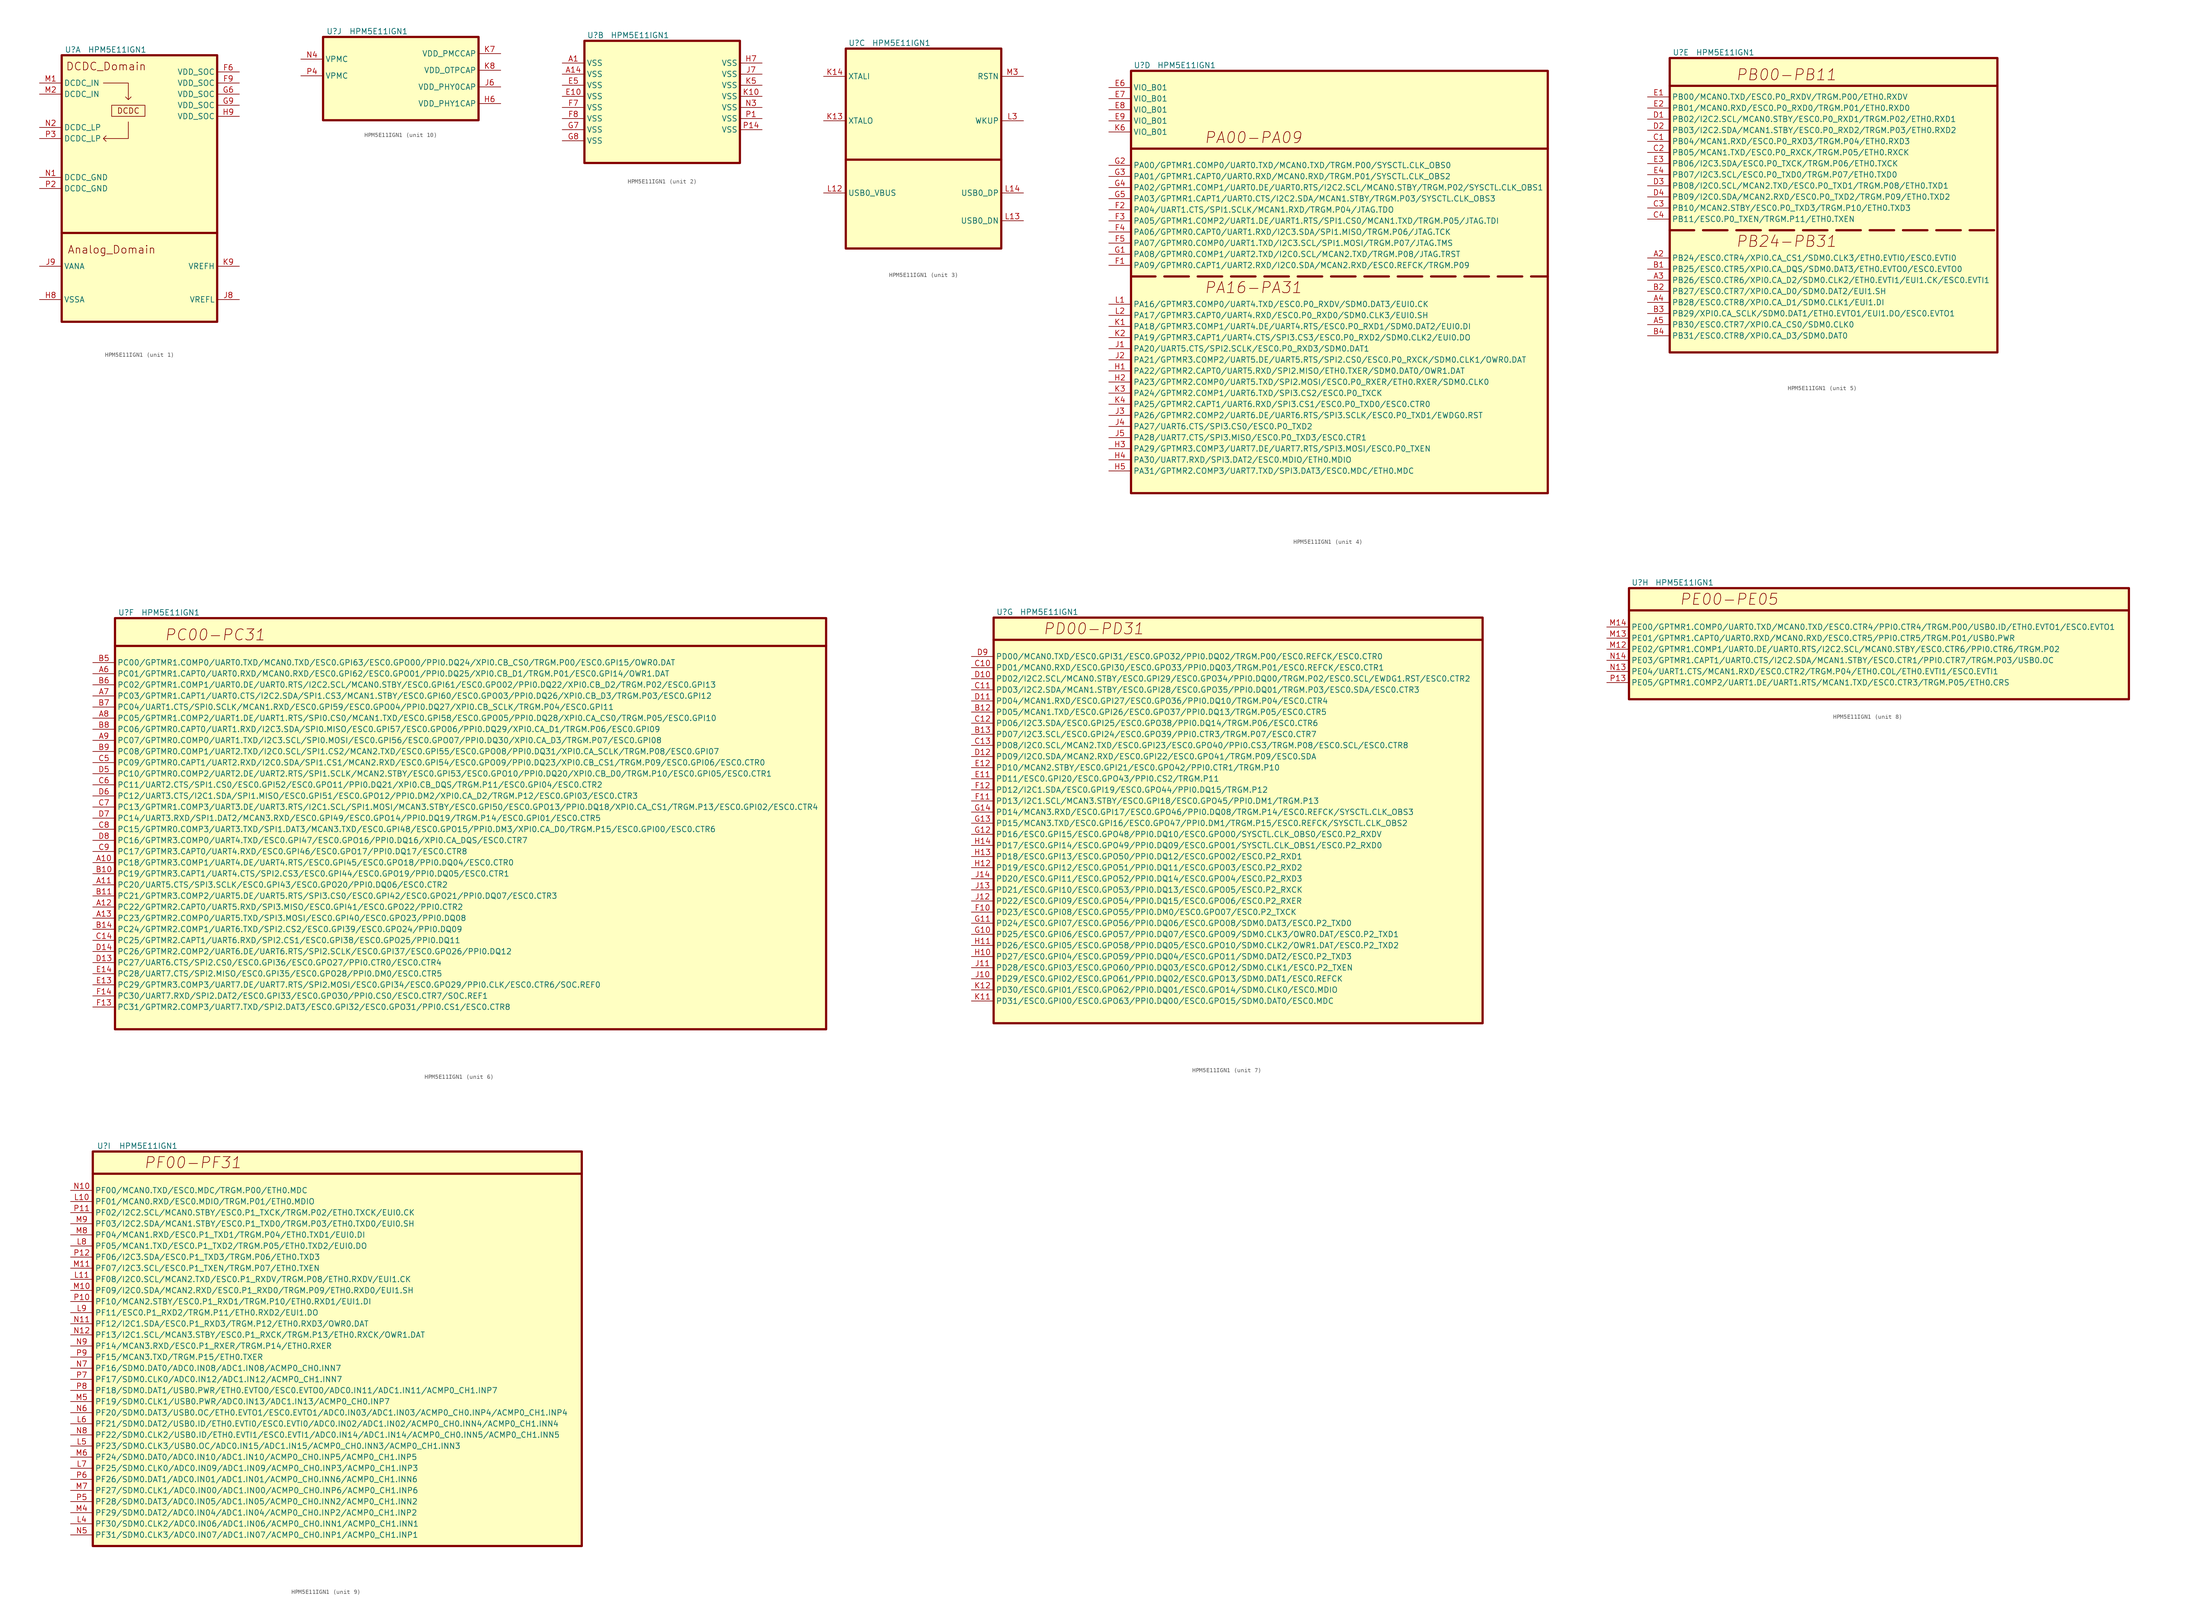
<source format=kicad_sym>
(kicad_symbol_lib
  (version 20241209)
  (generator "kicad_symbol_editor")
  (generator_version "9.0")
  (symbol "HPM5E11IGN1"
    (property "Reference" "U"
      (at 2.54 1.27 0)
      (effects (font (size 1.27 1.27))))
    (property "Value" "HPM5E11IGN1"
      (at 12.7 1.27 0)
      (effects (font (size 1.27 1.27))))
    (property "ki_locked" ""
      (at 0 0 0)
      (effects (font (size 1.27 1.27))))
    (symbol "HPM5E11IGN1_1_1"
      (rectangle (start 0 0) (end 35.56 -60.96) (stroke (width 0.508) (type default)) (fill (type background)))
      (polyline (pts (xy 0 -40.64) (xy 35.56 -40.64)) (stroke (width 0.508) (type default)) (fill (type none)))
      (polyline (pts (xy 9.525 -6.35) (xy 15.24 -6.35) (xy 15.24 -10.16) (xy 14.605 -9.525) (xy 15.24 -10.16) (xy 15.875 -9.525)) (stroke (width 0) (type default)) (fill (type none)))
      (rectangle (start 11.43 -11.43) (end 19.05 -13.97) (stroke (width 0) (type default)) (fill (type none)))
      (polyline (pts (xy 15.24 -15.24) (xy 15.24 -19.05) (xy 9.525 -19.05) (xy 10.16 -18.415) (xy 9.525 -19.05) (xy 10.16 -19.685)) (stroke (width 0) (type default)) (fill (type none)))
      (text "DCDC_Domain" (at 10.16 -2.54 0) (effects (font (size 1.778 1.778))))
      (text "Analog_Domain" (at 11.43 -44.45 0) (effects (font (size 1.778 1.778))))
      (text "DCDC" (at 15.24 -12.7 0) (effects (font (size 1.27 1.27))))
      (pin power_in line (at -5.08 -6.35 0) (length 5.08) (name "DCDC_IN" (effects (font (size 1.27 1.27)))) (number "M1" (effects (font (size 1.27 1.27)))))
      (pin power_in line (at -5.08 -8.89 0) (length 5.08) (name "DCDC_IN" (effects (font (size 1.27 1.27)))) (number "M2" (effects (font (size 1.27 1.27)))))
      (pin power_in line (at -5.08 -16.51 0) (length 5.08) (name "DCDC_LP" (effects (font (size 1.27 1.27)))) (number "N2" (effects (font (size 1.27 1.27)))))
      (pin power_in line (at -5.08 -19.05 0) (length 5.08) (name "DCDC_LP" (effects (font (size 1.27 1.27)))) (number "P3" (effects (font (size 1.27 1.27)))))
      (pin power_in line (at -5.08 -27.94 0) (length 5.08) (name "DCDC_GND" (effects (font (size 1.27 1.27)))) (number "N1" (effects (font (size 1.27 1.27)))))
      (pin power_in line (at -5.08 -30.48 0) (length 5.08) (name "DCDC_GND" (effects (font (size 1.27 1.27)))) (number "P2" (effects (font (size 1.27 1.27)))))
      (pin power_in line (at -5.08 -48.26 0) (length 5.08) (name "VANA" (effects (font (size 1.27 1.27)))) (number "J9" (effects (font (size 1.27 1.27)))))
      (pin power_in line (at -5.08 -55.88 0) (length 5.08) (name "VSSA" (effects (font (size 1.27 1.27)))) (number "H8" (effects (font (size 1.27 1.27)))))
      (pin power_in line (at 40.64 -3.81 180) (length 5.08) (name "VDD_SOC" (effects (font (size 1.27 1.27)))) (number "F6" (effects (font (size 1.27 1.27)))))
      (pin power_in line (at 40.64 -6.35 180) (length 5.08) (name "VDD_SOC" (effects (font (size 1.27 1.27)))) (number "F9" (effects (font (size 1.27 1.27)))))
      (pin power_in line (at 40.64 -8.89 180) (length 5.08) (name "VDD_SOC" (effects (font (size 1.27 1.27)))) (number "G6" (effects (font (size 1.27 1.27)))))
      (pin power_in line (at 40.64 -11.43 180) (length 5.08) (name "VDD_SOC" (effects (font (size 1.27 1.27)))) (number "G9" (effects (font (size 1.27 1.27)))))
      (pin power_in line (at 40.64 -13.97 180) (length 5.08) (name "VDD_SOC" (effects (font (size 1.27 1.27)))) (number "H9" (effects (font (size 1.27 1.27)))))
      (pin power_in line (at 40.64 -48.26 180) (length 5.08) (name "VREFH" (effects (font (size 1.27 1.27)))) (number "K9" (effects (font (size 1.27 1.27)))))
      (pin power_in line (at 40.64 -55.88 180) (length 5.08) (name "VREFL" (effects (font (size 1.27 1.27)))) (number "J8" (effects (font (size 1.27 1.27))))))
    (symbol "HPM5E11IGN1_2_1"
      (rectangle (start 0 0) (end 35.56 -27.94) (stroke (width 0.508) (type default)) (fill (type background)))
      (pin power_in line (at -5.08 -5.08 0) (length 5.08) (name "VSS" (effects (font (size 1.27 1.27)))) (number "A1" (effects (font (size 1.27 1.27)))))
      (pin power_in line (at -5.08 -7.62 0) (length 5.08) (name "VSS" (effects (font (size 1.27 1.27)))) (number "A14" (effects (font (size 1.27 1.27)))))
      (pin power_in line (at -5.08 -10.16 0) (length 5.08) (name "VSS" (effects (font (size 1.27 1.27)))) (number "E5" (effects (font (size 1.27 1.27)))))
      (pin power_in line (at -5.08 -12.7 0) (length 5.08) (name "VSS" (effects (font (size 1.27 1.27)))) (number "E10" (effects (font (size 1.27 1.27)))))
      (pin power_in line (at -5.08 -15.24 0) (length 5.08) (name "VSS" (effects (font (size 1.27 1.27)))) (number "F7" (effects (font (size 1.27 1.27)))))
      (pin power_in line (at -5.08 -17.78 0) (length 5.08) (name "VSS" (effects (font (size 1.27 1.27)))) (number "F8" (effects (font (size 1.27 1.27)))))
      (pin power_in line (at -5.08 -20.32 0) (length 5.08) (name "VSS" (effects (font (size 1.27 1.27)))) (number "G7" (effects (font (size 1.27 1.27)))))
      (pin power_in line (at -5.08 -22.86 0) (length 5.08) (name "VSS" (effects (font (size 1.27 1.27)))) (number "G8" (effects (font (size 1.27 1.27)))))
      (pin power_in line (at 40.64 -5.08 180) (length 5.08) (name "VSS" (effects (font (size 1.27 1.27)))) (number "H7" (effects (font (size 1.27 1.27)))))
      (pin power_in line (at 40.64 -7.62 180) (length 5.08) (name "VSS" (effects (font (size 1.27 1.27)))) (number "J7" (effects (font (size 1.27 1.27)))))
      (pin power_in line (at 40.64 -10.16 180) (length 5.08) (name "VSS" (effects (font (size 1.27 1.27)))) (number "K5" (effects (font (size 1.27 1.27)))))
      (pin power_in line (at 40.64 -12.7 180) (length 5.08) (name "VSS" (effects (font (size 1.27 1.27)))) (number "K10" (effects (font (size 1.27 1.27)))))
      (pin power_in line (at 40.64 -15.24 180) (length 5.08) (name "VSS" (effects (font (size 1.27 1.27)))) (number "N3" (effects (font (size 1.27 1.27)))))
      (pin power_in line (at 40.64 -17.78 180) (length 5.08) (name "VSS" (effects (font (size 1.27 1.27)))) (number "P1" (effects (font (size 1.27 1.27)))))
      (pin power_in line (at 40.64 -20.32 180) (length 5.08) (name "VSS" (effects (font (size 1.27 1.27)))) (number "P14" (effects (font (size 1.27 1.27))))))
    (symbol "HPM5E11IGN1_3_1"
      (rectangle (start 0 0) (end 35.56 -45.72) (stroke (width 0.508) (type default)) (fill (type background)))
      (polyline (pts (xy 0 -25.4) (xy 35.56 -25.4)) (stroke (width 0.508) (type default)) (fill (type none)))
      (pin input line (at -5.08 -6.35 0) (length 5.08) (name "XTALI" (effects (font (size 1.27 1.27)))) (number "K14" (effects (font (size 1.27 1.27)))))
      (pin input line (at -5.08 -16.51 0) (length 5.08) (name "XTALO" (effects (font (size 1.27 1.27)))) (number "K13" (effects (font (size 1.27 1.27)))))
      (pin input line (at -5.08 -33.02 0) (length 5.08) (name "USB0_VBUS" (effects (font (size 1.27 1.27)))) (number "L12" (effects (font (size 1.27 1.27)))))
      (pin input line (at 40.64 -6.35 180) (length 5.08) (name "RSTN" (effects (font (size 1.27 1.27)))) (number "M3" (effects (font (size 1.27 1.27)))))
      (pin input line (at 40.64 -16.51 180) (length 5.08) (name "WKUP" (effects (font (size 1.27 1.27)))) (number "L3" (effects (font (size 1.27 1.27)))))
      (pin input line (at 40.64 -33.02 180) (length 5.08) (name "USB0_DP" (effects (font (size 1.27 1.27)))) (number "L14" (effects (font (size 1.27 1.27)))))
      (pin input line (at 40.64 -39.37 180) (length 5.08) (name "USB0_DN" (effects (font (size 1.27 1.27)))) (number "L13" (effects (font (size 1.27 1.27))))))
    (symbol "HPM5E11IGN1_4_1"
      (rectangle (start 0 0) (end 95.25 -96.52) (stroke (width 0.508) (type default)) (fill (type background)))
      (polyline (pts (xy 0 -17.78) (xy 95.25 -17.78)) (stroke (width 0.508) (type default)) (fill (type none)))
      (polyline (pts (xy 0 -46.99) (xy 95.25 -46.99)) (stroke (width 0.508) (type dash)) (fill (type none)))
      (text "PA00-PA09" (at 27.94 -15.24 0) (effects (font (size 2.54 2.54) (italic yes))))
      (text "PA16-PA31" (at 27.94 -49.53 0) (effects (font (size 2.54 2.54) (italic yes))))
      (pin input line (at -5.08 -3.81 0) (length 5.08) (name "VIO_B01" (effects (font (size 1.27 1.27)))) (number "E6" (effects (font (size 1.27 1.27)))))
      (pin input line (at -5.08 -6.35 0) (length 5.08) (name "VIO_B01" (effects (font (size 1.27 1.27)))) (number "E7" (effects (font (size 1.27 1.27)))))
      (pin input line (at -5.08 -8.89 0) (length 5.08) (name "VIO_B01" (effects (font (size 1.27 1.27)))) (number "E8" (effects (font (size 1.27 1.27)))))
      (pin input line (at -5.08 -11.43 0) (length 5.08) (name "VIO_B01" (effects (font (size 1.27 1.27)))) (number "E9" (effects (font (size 1.27 1.27)))))
      (pin input line (at -5.08 -13.97 0) (length 5.08) (name "VIO_B01" (effects (font (size 1.27 1.27)))) (number "K6" (effects (font (size 1.27 1.27)))))
      (pin input line (at -5.08 -21.59 0) (length 5.08) (name "PA00/GPTMR1.COMP0/UART0.TXD/MCAN0.TXD/TRGM.P00/SYSCTL.CLK_OBS0" (effects (font (size 1.27 1.27)))) (number "G2" (effects (font (size 1.27 1.27)))))
      (pin input line (at -5.08 -24.13 0) (length 5.08) (name "PA01/GPTMR1.CAPT0/UART0.RXD/MCAN0.RXD/TRGM.P01/SYSCTL.CLK_OBS2" (effects (font (size 1.27 1.27)))) (number "G3" (effects (font (size 1.27 1.27)))))
      (pin input line (at -5.08 -26.67 0) (length 5.08) (name "PA02/GPTMR1.COMP1/UART0.DE/UART0.RTS/I2C2.SCL/MCAN0.STBY/TRGM.P02/SYSCTL.CLK_OBS1" (effects (font (size 1.27 1.27)))) (number "G4" (effects (font (size 1.27 1.27)))))
      (pin input line (at -5.08 -29.21 0) (length 5.08) (name "PA03/GPTMR1.CAPT1/UART0.CTS/I2C2.SDA/MCAN1.STBY/TRGM.P03/SYSCTL.CLK_OBS3" (effects (font (size 1.27 1.27)))) (number "G5" (effects (font (size 1.27 1.27)))))
      (pin input line (at -5.08 -31.75 0) (length 5.08) (name "PA04/UART1.CTS/SPI1.SCLK/MCAN1.RXD/TRGM.P04/JTAG.TDO" (effects (font (size 1.27 1.27)))) (number "F2" (effects (font (size 1.27 1.27)))))
      (pin input line (at -5.08 -34.29 0) (length 5.08) (name "PA05/GPTMR1.COMP2/UART1.DE/UART1.RTS/SPI1.CS0/MCAN1.TXD/TRGM.P05/JTAG.TDI" (effects (font (size 1.27 1.27)))) (number "F3" (effects (font (size 1.27 1.27)))))
      (pin input line (at -5.08 -36.83 0) (length 5.08) (name "PA06/GPTMR0.CAPT0/UART1.RXD/I2C3.SDA/SPI1.MISO/TRGM.P06/JTAG.TCK" (effects (font (size 1.27 1.27)))) (number "F4" (effects (font (size 1.27 1.27)))))
      (pin input line (at -5.08 -39.37 0) (length 5.08) (name "PA07/GPTMR0.COMP0/UART1.TXD/I2C3.SCL/SPI1.MOSI/TRGM.P07/JTAG.TMS" (effects (font (size 1.27 1.27)))) (number "F5" (effects (font (size 1.27 1.27)))))
      (pin input line (at -5.08 -41.91 0) (length 5.08) (name "PA08/GPTMR0.COMP1/UART2.TXD/I2C0.SCL/MCAN2.TXD/TRGM.P08/JTAG.TRST" (effects (font (size 1.27 1.27)))) (number "G1" (effects (font (size 1.27 1.27)))))
      (pin input line (at -5.08 -44.45 0) (length 5.08) (name "PA09/GPTMR0.CAPT1/UART2.RXD/I2C0.SDA/MCAN2.RXD/ESC0.REFCK/TRGM.P09" (effects (font (size 1.27 1.27)))) (number "F1" (effects (font (size 1.27 1.27)))))
      (pin input line (at -5.08 -53.34 0) (length 5.08) (name "PA16/GPTMR3.COMP0/UART4.TXD/ESC0.P0_RXDV/SDM0.DAT3/EUI0.CK" (effects (font (size 1.27 1.27)))) (number "L1" (effects (font (size 1.27 1.27)))))
      (pin input line (at -5.08 -55.88 0) (length 5.08) (name "PA17/GPTMR3.CAPT0/UART4.RXD/ESC0.P0_RXD0/SDM0.CLK3/EUI0.SH" (effects (font (size 1.27 1.27)))) (number "L2" (effects (font (size 1.27 1.27)))))
      (pin input line (at -5.08 -58.42 0) (length 5.08) (name "PA18/GPTMR3.COMP1/UART4.DE/UART4.RTS/ESC0.P0_RXD1/SDM0.DAT2/EUI0.DI" (effects (font (size 1.27 1.27)))) (number "K1" (effects (font (size 1.27 1.27)))))
      (pin input line (at -5.08 -60.96 0) (length 5.08) (name "PA19/GPTMR3.CAPT1/UART4.CTS/SPI3.CS3/ESC0.P0_RXD2/SDM0.CLK2/EUI0.DO" (effects (font (size 1.27 1.27)))) (number "K2" (effects (font (size 1.27 1.27)))))
      (pin input line (at -5.08 -63.5 0) (length 5.08) (name "PA20/UART5.CTS/SPI2.SCLK/ESC0.P0_RXD3/SDM0.DAT1" (effects (font (size 1.27 1.27)))) (number "J1" (effects (font (size 1.27 1.27)))))
      (pin input line (at -5.08 -66.04 0) (length 5.08) (name "PA21/GPTMR3.COMP2/UART5.DE/UART5.RTS/SPI2.CS0/ESC0.P0_RXCK/SDM0.CLK1/OWR0.DAT" (effects (font (size 1.27 1.27)))) (number "J2" (effects (font (size 1.27 1.27)))))
      (pin input line (at -5.08 -68.58 0) (length 5.08) (name "PA22/GPTMR2.CAPT0/UART5.RXD/SPI2.MISO/ETH0.TXER/SDM0.DAT0/OWR1.DAT" (effects (font (size 1.27 1.27)))) (number "H1" (effects (font (size 1.27 1.27)))))
      (pin input line (at -5.08 -71.12 0) (length 5.08) (name "PA23/GPTMR2.COMP0/UART5.TXD/SPI2.MOSI/ESC0.P0_RXER/ETH0.RXER/SDM0.CLK0" (effects (font (size 1.27 1.27)))) (number "H2" (effects (font (size 1.27 1.27)))))
      (pin input line (at -5.08 -73.66 0) (length 5.08) (name "PA24/GPTMR2.COMP1/UART6.TXD/SPI3.CS2/ESC0.P0_TXCK" (effects (font (size 1.27 1.27)))) (number "K3" (effects (font (size 1.27 1.27)))))
      (pin input line (at -5.08 -76.2 0) (length 5.08) (name "PA25/GPTMR2.CAPT1/UART6.RXD/SPI3.CS1/ESC0.P0_TXD0/ESC0.CTR0" (effects (font (size 1.27 1.27)))) (number "K4" (effects (font (size 1.27 1.27)))))
      (pin input line (at -5.08 -78.74 0) (length 5.08) (name "PA26/GPTMR2.COMP2/UART6.DE/UART6.RTS/SPI3.SCLK/ESC0.P0_TXD1/EWDG0.RST" (effects (font (size 1.27 1.27)))) (number "J3" (effects (font (size 1.27 1.27)))))
      (pin input line (at -5.08 -81.28 0) (length 5.08) (name "PA27/UART6.CTS/SPI3.CS0/ESC0.P0_TXD2" (effects (font (size 1.27 1.27)))) (number "J4" (effects (font (size 1.27 1.27)))))
      (pin input line (at -5.08 -83.82 0) (length 5.08) (name "PA28/UART7.CTS/SPI3.MISO/ESC0.P0_TXD3/ESC0.CTR1" (effects (font (size 1.27 1.27)))) (number "J5" (effects (font (size 1.27 1.27)))))
      (pin input line (at -5.08 -86.36 0) (length 5.08) (name "PA29/GPTMR3.COMP3/UART7.DE/UART7.RTS/SPI3.MOSI/ESC0.P0_TXEN" (effects (font (size 1.27 1.27)))) (number "H3" (effects (font (size 1.27 1.27)))))
      (pin input line (at -5.08 -88.9 0) (length 5.08) (name "PA30/UART7.RXD/SPI3.DAT2/ESC0.MDIO/ETH0.MDIO" (effects (font (size 1.27 1.27)))) (number "H4" (effects (font (size 1.27 1.27)))))
      (pin input line (at -5.08 -91.44 0) (length 5.08) (name "PA31/GPTMR2.COMP3/UART7.TXD/SPI3.DAT3/ESC0.MDC/ETH0.MDC" (effects (font (size 1.27 1.27)))) (number "H5" (effects (font (size 1.27 1.27))))))
    (symbol "HPM5E11IGN1_5_1"
      (rectangle (start 0 0) (end 74.93 -67.31) (stroke (width 0.508) (type default)) (fill (type background)))
      (polyline (pts (xy 0 -6.35) (xy 74.93 -6.35)) (stroke (width 0.508) (type solid)) (fill (type none)))
      (polyline (pts (xy 0 -39.37) (xy 74.93 -39.37)) (stroke (width 0.508) (type dash)) (fill (type none)))
      (text "PB00-PB11" (at 26.67 -3.81 0) (effects (font (size 2.54 2.54) (italic yes))))
      (text "PB24-PB31" (at 26.67 -41.91 0) (effects (font (size 2.54 2.54) (italic yes))))
      (pin input line (at -5.08 -8.89 0) (length 5.08) (name "PB00/MCAN0.TXD/ESC0.P0_RXDV/TRGM.P00/ETH0.RXDV" (effects (font (size 1.27 1.27)))) (number "E1" (effects (font (size 1.27 1.27)))))
      (pin input line (at -5.08 -11.43 0) (length 5.08) (name "PB01/MCAN0.RXD/ESC0.P0_RXD0/TRGM.P01/ETH0.RXD0" (effects (font (size 1.27 1.27)))) (number "E2" (effects (font (size 1.27 1.27)))))
      (pin input line (at -5.08 -13.97 0) (length 5.08) (name "PB02/I2C2.SCL/MCAN0.STBY/ESC0.P0_RXD1/TRGM.P02/ETH0.RXD1" (effects (font (size 1.27 1.27)))) (number "D1" (effects (font (size 1.27 1.27)))))
      (pin input line (at -5.08 -16.51 0) (length 5.08) (name "PB03/I2C2.SDA/MCAN1.STBY/ESC0.P0_RXD2/TRGM.P03/ETH0.RXD2" (effects (font (size 1.27 1.27)))) (number "D2" (effects (font (size 1.27 1.27)))))
      (pin input line (at -5.08 -19.05 0) (length 5.08) (name "PB04/MCAN1.RXD/ESC0.P0_RXD3/TRGM.P04/ETH0.RXD3" (effects (font (size 1.27 1.27)))) (number "C1" (effects (font (size 1.27 1.27)))))
      (pin input line (at -5.08 -21.59 0) (length 5.08) (name "PB05/MCAN1.TXD/ESC0.P0_RXCK/TRGM.P05/ETH0.RXCK" (effects (font (size 1.27 1.27)))) (number "C2" (effects (font (size 1.27 1.27)))))
      (pin input line (at -5.08 -24.13 0) (length 5.08) (name "PB06/I2C3.SDA/ESC0.P0_TXCK/TRGM.P06/ETH0.TXCK" (effects (font (size 1.27 1.27)))) (number "E3" (effects (font (size 1.27 1.27)))))
      (pin input line (at -5.08 -26.67 0) (length 5.08) (name "PB07/I2C3.SCL/ESC0.P0_TXD0/TRGM.P07/ETH0.TXD0" (effects (font (size 1.27 1.27)))) (number "E4" (effects (font (size 1.27 1.27)))))
      (pin input line (at -5.08 -29.21 0) (length 5.08) (name "PB08/I2C0.SCL/MCAN2.TXD/ESC0.P0_TXD1/TRGM.P08/ETH0.TXD1" (effects (font (size 1.27 1.27)))) (number "D3" (effects (font (size 1.27 1.27)))))
      (pin input line (at -5.08 -31.75 0) (length 5.08) (name "PB09/I2C0.SDA/MCAN2.RXD/ESC0.P0_TXD2/TRGM.P09/ETH0.TXD2" (effects (font (size 1.27 1.27)))) (number "D4" (effects (font (size 1.27 1.27)))))
      (pin input line (at -5.08 -34.29 0) (length 5.08) (name "PB10/MCAN2.STBY/ESC0.P0_TXD3/TRGM.P10/ETH0.TXD3" (effects (font (size 1.27 1.27)))) (number "C3" (effects (font (size 1.27 1.27)))))
      (pin input line (at -5.08 -36.83 0) (length 5.08) (name "PB11/ESC0.P0_TXEN/TRGM.P11/ETH0.TXEN" (effects (font (size 1.27 1.27)))) (number "C4" (effects (font (size 1.27 1.27)))))
      (pin input line (at -5.08 -45.72 0) (length 5.08) (name "PB24/ESC0.CTR4/XPI0.CA_CS1/SDM0.CLK3/ETH0.EVTI0/ESC0.EVTI0" (effects (font (size 1.27 1.27)))) (number "A2" (effects (font (size 1.27 1.27)))))
      (pin input line (at -5.08 -48.26 0) (length 5.08) (name "PB25/ESC0.CTR5/XPI0.CA_DQS/SDM0.DAT3/ETH0.EVTO0/ESC0.EVTO0" (effects (font (size 1.27 1.27)))) (number "B1" (effects (font (size 1.27 1.27)))))
      (pin input line (at -5.08 -50.8 0) (length 5.08) (name "PB26/ESC0.CTR6/XPI0.CA_D2/SDM0.CLK2/ETH0.EVTI1/EUI1.CK/ESC0.EVTI1" (effects (font (size 1.27 1.27)))) (number "A3" (effects (font (size 1.27 1.27)))))
      (pin input line (at -5.08 -53.34 0) (length 5.08) (name "PB27/ESC0.CTR7/XPI0.CA_D0/SDM0.DAT2/EUI1.SH" (effects (font (size 1.27 1.27)))) (number "B2" (effects (font (size 1.27 1.27)))))
      (pin input line (at -5.08 -55.88 0) (length 5.08) (name "PB28/ESC0.CTR8/XPI0.CA_D1/SDM0.CLK1/EUI1.DI" (effects (font (size 1.27 1.27)))) (number "A4" (effects (font (size 1.27 1.27)))))
      (pin input line (at -5.08 -58.42 0) (length 5.08) (name "PB29/XPI0.CA_SCLK/SDM0.DAT1/ETH0.EVTO1/EUI1.DO/ESC0.EVTO1" (effects (font (size 1.27 1.27)))) (number "B3" (effects (font (size 1.27 1.27)))))
      (pin input line (at -5.08 -60.96 0) (length 5.08) (name "PB30/ESC0.CTR7/XPI0.CA_CS0/SDM0.CLK0" (effects (font (size 1.27 1.27)))) (number "A5" (effects (font (size 1.27 1.27)))))
      (pin input line (at -5.08 -63.5 0) (length 5.08) (name "PB31/ESC0.CTR8/XPI0.CA_D3/SDM0.DAT0" (effects (font (size 1.27 1.27)))) (number "B4" (effects (font (size 1.27 1.27))))))
    (symbol "HPM5E11IGN1_6_1"
      (rectangle (start 0 0) (end 162.56 -93.98) (stroke (width 0.508) (type default)) (fill (type background)))
      (polyline (pts (xy 0 -6.35) (xy 162.56 -6.35)) (stroke (width 0.508) (type solid)) (fill (type none)))
      (text "PC00-PC31" (at 22.86 -3.81 0) (effects (font (size 2.54 2.54) (italic yes))))
      (pin input line (at -5.08 -10.16 0) (length 5.08) (name "PC00/GPTMR1.COMP0/UART0.TXD/MCAN0.TXD/ESC0.GPI63/ESC0.GPO00/PPI0.DQ24/XPI0.CB_CS0/TRGM.P00/ESC0.GPI15/OWR0.DAT" (effects (font (size 1.27 1.27)))) (number "B5" (effects (font (size 1.27 1.27)))))
      (pin input line (at -5.08 -12.7 0) (length 5.08) (name "PC01/GPTMR1.CAPT0/UART0.RXD/MCAN0.RXD/ESC0.GPI62/ESC0.GPO01/PPI0.DQ25/XPI0.CB_D1/TRGM.P01/ESC0.GPI14/OWR1.DAT" (effects (font (size 1.27 1.27)))) (number "A6" (effects (font (size 1.27 1.27)))))
      (pin input line (at -5.08 -15.24 0) (length 5.08) (name "PC02/GPTMR1.COMP1/UART0.DE/UART0.RTS/I2C2.SCL/MCAN0.STBY/ESC0.GPI61/ESC0.GPO02/PPI0.DQ22/XPI0.CB_D2/TRGM.P02/ESC0.GPI13" (effects (font (size 1.27 1.27)))) (number "B6" (effects (font (size 1.27 1.27)))))
      (pin input line (at -5.08 -17.78 0) (length 5.08) (name "PC03/GPTMR1.CAPT1/UART0.CTS/I2C2.SDA/SPI1.CS3/MCAN1.STBY/ESC0.GPI60/ESC0.GPO03/PPI0.DQ26/XPI0.CB_D3/TRGM.P03/ESC0.GPI12" (effects (font (size 1.27 1.27)))) (number "A7" (effects (font (size 1.27 1.27)))))
      (pin input line (at -5.08 -20.32 0) (length 5.08) (name "PC04/UART1.CTS/SPI0.SCLK/MCAN1.RXD/ESC0.GPI59/ESC0.GPO04/PPI0.DQ27/XPI0.CB_SCLK/TRGM.P04/ESC0.GPI11" (effects (font (size 1.27 1.27)))) (number "B7" (effects (font (size 1.27 1.27)))))
      (pin input line (at -5.08 -22.86 0) (length 5.08) (name "PC05/GPTMR1.COMP2/UART1.DE/UART1.RTS/SPI0.CS0/MCAN1.TXD/ESC0.GPI58/ESC0.GPO05/PPI0.DQ28/XPI0.CA_CS0/TRGM.P05/ESC0.GPI10" (effects (font (size 1.27 1.27)))) (number "A8" (effects (font (size 1.27 1.27)))))
      (pin input line (at -5.08 -25.4 0) (length 5.08) (name "PC06/GPTMR0.CAPT0/UART1.RXD/I2C3.SDA/SPI0.MISO/ESC0.GPI57/ESC0.GPO06/PPI0.DQ29/XPI0.CA_D1/TRGM.P06/ESC0.GPI09" (effects (font (size 1.27 1.27)))) (number "B8" (effects (font (size 1.27 1.27)))))
      (pin input line (at -5.08 -27.94 0) (length 5.08) (name "PC07/GPTMR0.COMP0/UART1.TXD/I2C3.SCL/SPI0.MOSI/ESC0.GPI56/ESC0.GPO07/PPI0.DQ30/XPI0.CA_D3/TRGM.P07/ESC0.GPI08" (effects (font (size 1.27 1.27)))) (number "A9" (effects (font (size 1.27 1.27)))))
      (pin input line (at -5.08 -30.48 0) (length 5.08) (name "PC08/GPTMR0.COMP1/UART2.TXD/I2C0.SCL/SPI1.CS2/MCAN2.TXD/ESC0.GPI55/ESC0.GPO08/PPI0.DQ31/XPI0.CA_SCLK/TRGM.P08/ESC0.GPI07" (effects (font (size 1.27 1.27)))) (number "B9" (effects (font (size 1.27 1.27)))))
      (pin input line (at -5.08 -33.02 0) (length 5.08) (name "PC09/GPTMR0.CAPT1/UART2.RXD/I2C0.SDA/SPI1.CS1/MCAN2.RXD/ESC0.GPI54/ESC0.GPO09/PPI0.DQ23/XPI0.CB_CS1/TRGM.P09/ESC0.GPI06/ESC0.CTR0" (effects (font (size 1.27 1.27)))) (number "C5" (effects (font (size 1.27 1.27)))))
      (pin input line (at -5.08 -35.56 0) (length 5.08) (name "PC10/GPTMR0.COMP2/UART2.DE/UART2.RTS/SPI1.SCLK/MCAN2.STBY/ESC0.GPI53/ESC0.GPO10/PPI0.DQ20/XPI0.CB_D0/TRGM.P10/ESC0.GPI05/ESC0.CTR1" (effects (font (size 1.27 1.27)))) (number "D5" (effects (font (size 1.27 1.27)))))
      (pin input line (at -5.08 -38.1 0) (length 5.08) (name "PC11/UART2.CTS/SPI1.CS0/ESC0.GPI52/ESC0.GPO11/PPI0.DQ21/XPI0.CB_DQS/TRGM.P11/ESC0.GPI04/ESC0.CTR2" (effects (font (size 1.27 1.27)))) (number "C6" (effects (font (size 1.27 1.27)))))
      (pin input line (at -5.08 -40.64 0) (length 5.08) (name "PC12/UART3.CTS/I2C1.SDA/SPI1.MISO/ESC0.GPI51/ESC0.GPO12/PPI0.DM2/XPI0.CA_D2/TRGM.P12/ESC0.GPI03/ESC0.CTR3" (effects (font (size 1.27 1.27)))) (number "D6" (effects (font (size 1.27 1.27)))))
      (pin input line (at -5.08 -43.18 0) (length 5.08) (name "PC13/GPTMR1.COMP3/UART3.DE/UART3.RTS/I2C1.SCL/SPI1.MOSI/MCAN3.STBY/ESC0.GPI50/ESC0.GPO13/PPI0.DQ18/XPI0.CA_CS1/TRGM.P13/ESC0.GPI02/ESC0.CTR4" (effects (font (size 1.27 1.27)))) (number "C7" (effects (font (size 1.27 1.27)))))
      (pin input line (at -5.08 -45.72 0) (length 5.08) (name "PC14/UART3.RXD/SPI1.DAT2/MCAN3.RXD/ESC0.GPI49/ESC0.GPO14/PPI0.DQ19/TRGM.P14/ESC0.GPI01/ESC0.CTR5" (effects (font (size 1.27 1.27)))) (number "D7" (effects (font (size 1.27 1.27)))))
      (pin input line (at -5.08 -48.26 0) (length 5.08) (name "PC15/GPTMR0.COMP3/UART3.TXD/SPI1.DAT3/MCAN3.TXD/ESC0.GPI48/ESC0.GPO15/PPI0.DM3/XPI0.CA_D0/TRGM.P15/ESC0.GPI00/ESC0.CTR6" (effects (font (size 1.27 1.27)))) (number "C8" (effects (font (size 1.27 1.27)))))
      (pin input line (at -5.08 -50.8 0) (length 5.08) (name "PC16/GPTMR3.COMP0/UART4.TXD/ESC0.GPI47/ESC0.GPO16/PPI0.DQ16/XPI0.CA_DQS/ESC0.CTR7" (effects (font (size 1.27 1.27)))) (number "D8" (effects (font (size 1.27 1.27)))))
      (pin input line (at -5.08 -53.34 0) (length 5.08) (name "PC17/GPTMR3.CAPT0/UART4.RXD/ESC0.GPI46/ESC0.GPO17/PPI0.DQ17/ESC0.CTR8" (effects (font (size 1.27 1.27)))) (number "C9" (effects (font (size 1.27 1.27)))))
      (pin input line (at -5.08 -55.88 0) (length 5.08) (name "PC18/GPTMR3.COMP1/UART4.DE/UART4.RTS/ESC0.GPI45/ESC0.GPO18/PPI0.DQ04/ESC0.CTR0" (effects (font (size 1.27 1.27)))) (number "A10" (effects (font (size 1.27 1.27)))))
      (pin input line (at -5.08 -58.42 0) (length 5.08) (name "PC19/GPTMR3.CAPT1/UART4.CTS/SPI2.CS3/ESC0.GPI44/ESC0.GPO19/PPI0.DQ05/ESC0.CTR1" (effects (font (size 1.27 1.27)))) (number "B10" (effects (font (size 1.27 1.27)))))
      (pin input line (at -5.08 -60.96 0) (length 5.08) (name "PC20/UART5.CTS/SPI3.SCLK/ESC0.GPI43/ESC0.GPO20/PPI0.DQ06/ESC0.CTR2" (effects (font (size 1.27 1.27)))) (number "A11" (effects (font (size 1.27 1.27)))))
      (pin input line (at -5.08 -63.5 0) (length 5.08) (name "PC21/GPTMR3.COMP2/UART5.DE/UART5.RTS/SPI3.CS0/ESC0.GPI42/ESC0.GPO21/PPI0.DQ07/ESC0.CTR3" (effects (font (size 1.27 1.27)))) (number "B11" (effects (font (size 1.27 1.27)))))
      (pin input line (at -5.08 -66.04 0) (length 5.08) (name "PC22/GPTMR2.CAPT0/UART5.RXD/SPI3.MISO/ESC0.GPI41/ESC0.GPO22/PPI0.CTR2" (effects (font (size 1.27 1.27)))) (number "A12" (effects (font (size 1.27 1.27)))))
      (pin input line (at -5.08 -68.58 0) (length 5.08) (name "PC23/GPTMR2.COMP0/UART5.TXD/SPI3.MOSI/ESC0.GPI40/ESC0.GPO23/PPI0.DQ08" (effects (font (size 1.27 1.27)))) (number "A13" (effects (font (size 1.27 1.27)))))
      (pin input line (at -5.08 -71.12 0) (length 5.08) (name "PC24/GPTMR2.COMP1/UART6.TXD/SPI2.CS2/ESC0.GPI39/ESC0.GPO24/PPI0.DQ09" (effects (font (size 1.27 1.27)))) (number "B14" (effects (font (size 1.27 1.27)))))
      (pin input line (at -5.08 -73.66 0) (length 5.08) (name "PC25/GPTMR2.CAPT1/UART6.RXD/SPI2.CS1/ESC0.GPI38/ESC0.GPO25/PPI0.DQ11" (effects (font (size 1.27 1.27)))) (number "C14" (effects (font (size 1.27 1.27)))))
      (pin input line (at -5.08 -76.2 0) (length 5.08) (name "PC26/GPTMR2.COMP2/UART6.DE/UART6.RTS/SPI2.SCLK/ESC0.GPI37/ESC0.GPO26/PPI0.DQ12" (effects (font (size 1.27 1.27)))) (number "D14" (effects (font (size 1.27 1.27)))))
      (pin input line (at -5.08 -78.74 0) (length 5.08) (name "PC27/UART6.CTS/SPI2.CS0/ESC0.GPI36/ESC0.GPO27/PPI0.CTR0/ESC0.CTR4" (effects (font (size 1.27 1.27)))) (number "D13" (effects (font (size 1.27 1.27)))))
      (pin input line (at -5.08 -81.28 0) (length 5.08) (name "PC28/UART7.CTS/SPI2.MISO/ESC0.GPI35/ESC0.GPO28/PPI0.DM0/ESC0.CTR5" (effects (font (size 1.27 1.27)))) (number "E14" (effects (font (size 1.27 1.27)))))
      (pin input line (at -5.08 -83.82 0) (length 5.08) (name "PC29/GPTMR3.COMP3/UART7.DE/UART7.RTS/SPI2.MOSI/ESC0.GPI34/ESC0.GPO29/PPI0.CLK/ESC0.CTR6/SOC.REF0" (effects (font (size 1.27 1.27)))) (number "E13" (effects (font (size 1.27 1.27)))))
      (pin input line (at -5.08 -86.36 0) (length 5.08) (name "PC30/UART7.RXD/SPI2.DAT2/ESC0.GPI33/ESC0.GPO30/PPI0.CS0/ESC0.CTR7/SOC.REF1" (effects (font (size 1.27 1.27)))) (number "F14" (effects (font (size 1.27 1.27)))))
      (pin input line (at -5.08 -88.9 0) (length 5.08) (name "PC31/GPTMR2.COMP3/UART7.TXD/SPI2.DAT3/ESC0.GPI32/ESC0.GPO31/PPI0.CS1/ESC0.CTR8" (effects (font (size 1.27 1.27)))) (number "F13" (effects (font (size 1.27 1.27))))))
    (symbol "HPM5E11IGN1_7_1"
      (rectangle (start 0 0) (end 111.76 -92.71) (stroke (width 0.508) (type default)) (fill (type background)))
      (polyline (pts (xy 0 -5.08) (xy 111.76 -5.08)) (stroke (width 0.508) (type solid)) (fill (type none)))
      (text "PD00-PD31" (at 22.86 -2.54 0) (effects (font (size 2.54 2.54) (italic yes))))
      (pin input line (at -5.08 -8.89 0) (length 5.08) (name "PD00/MCAN0.TXD/ESC0.GPI31/ESC0.GPO32/PPI0.DQ02/TRGM.P00/ESC0.REFCK/ESC0.CTR0" (effects (font (size 1.27 1.27)))) (number "D9" (effects (font (size 1.27 1.27)))))
      (pin input line (at -5.08 -11.43 0) (length 5.08) (name "PD01/MCAN0.RXD/ESC0.GPI30/ESC0.GPO33/PPI0.DQ03/TRGM.P01/ESC0.REFCK/ESC0.CTR1" (effects (font (size 1.27 1.27)))) (number "C10" (effects (font (size 1.27 1.27)))))
      (pin input line (at -5.08 -13.97 0) (length 5.08) (name "PD02/I2C2.SCL/MCAN0.STBY/ESC0.GPI29/ESC0.GPO34/PPI0.DQ00/TRGM.P02/ESC0.SCL/EWDG1.RST/ESC0.CTR2" (effects (font (size 1.27 1.27)))) (number "D10" (effects (font (size 1.27 1.27)))))
      (pin input line (at -5.08 -16.51 0) (length 5.08) (name "PD03/I2C2.SDA/MCAN1.STBY/ESC0.GPI28/ESC0.GPO35/PPI0.DQ01/TRGM.P03/ESC0.SDA/ESC0.CTR3" (effects (font (size 1.27 1.27)))) (number "C11" (effects (font (size 1.27 1.27)))))
      (pin input line (at -5.08 -19.05 0) (length 5.08) (name "PD04/MCAN1.RXD/ESC0.GPI27/ESC0.GPO36/PPI0.DQ10/TRGM.P04/ESC0.CTR4" (effects (font (size 1.27 1.27)))) (number "D11" (effects (font (size 1.27 1.27)))))
      (pin input line (at -5.08 -21.59 0) (length 5.08) (name "PD05/MCAN1.TXD/ESC0.GPI26/ESC0.GPO37/PPI0.DQ13/TRGM.P05/ESC0.CTR5" (effects (font (size 1.27 1.27)))) (number "B12" (effects (font (size 1.27 1.27)))))
      (pin input line (at -5.08 -24.13 0) (length 5.08) (name "PD06/I2C3.SDA/ESC0.GPI25/ESC0.GPO38/PPI0.DQ14/TRGM.P06/ESC0.CTR6" (effects (font (size 1.27 1.27)))) (number "C12" (effects (font (size 1.27 1.27)))))
      (pin input line (at -5.08 -26.67 0) (length 5.08) (name "PD07/I2C3.SCL/ESC0.GPI24/ESC0.GPO39/PPI0.CTR3/TRGM.P07/ESC0.CTR7" (effects (font (size 1.27 1.27)))) (number "B13" (effects (font (size 1.27 1.27)))))
      (pin input line (at -5.08 -29.21 0) (length 5.08) (name "PD08/I2C0.SCL/MCAN2.TXD/ESC0.GPI23/ESC0.GPO40/PPI0.CS3/TRGM.P08/ESC0.SCL/ESC0.CTR8" (effects (font (size 1.27 1.27)))) (number "C13" (effects (font (size 1.27 1.27)))))
      (pin input line (at -5.08 -31.75 0) (length 5.08) (name "PD09/I2C0.SDA/MCAN2.RXD/ESC0.GPI22/ESC0.GPO41/TRGM.P09/ESC0.SDA" (effects (font (size 1.27 1.27)))) (number "D12" (effects (font (size 1.27 1.27)))))
      (pin input line (at -5.08 -34.29 0) (length 5.08) (name "PD10/MCAN2.STBY/ESC0.GPI21/ESC0.GPO42/PPI0.CTR1/TRGM.P10" (effects (font (size 1.27 1.27)))) (number "E12" (effects (font (size 1.27 1.27)))))
      (pin input line (at -5.08 -36.83 0) (length 5.08) (name "PD11/ESC0.GPI20/ESC0.GPO43/PPI0.CS2/TRGM.P11" (effects (font (size 1.27 1.27)))) (number "E11" (effects (font (size 1.27 1.27)))))
      (pin input line (at -5.08 -39.37 0) (length 5.08) (name "PD12/I2C1.SDA/ESC0.GPI19/ESC0.GPO44/PPI0.DQ15/TRGM.P12" (effects (font (size 1.27 1.27)))) (number "F12" (effects (font (size 1.27 1.27)))))
      (pin input line (at -5.08 -41.91 0) (length 5.08) (name "PD13/I2C1.SCL/MCAN3.STBY/ESC0.GPI18/ESC0.GPO45/PPI0.DM1/TRGM.P13" (effects (font (size 1.27 1.27)))) (number "F11" (effects (font (size 1.27 1.27)))))
      (pin input line (at -5.08 -44.45 0) (length 5.08) (name "PD14/MCAN3.RXD/ESC0.GPI17/ESC0.GPO46/PPI0.DQ08/TRGM.P14/ESC0.REFCK/SYSCTL.CLK_OBS3" (effects (font (size 1.27 1.27)))) (number "G14" (effects (font (size 1.27 1.27)))))
      (pin input line (at -5.08 -46.99 0) (length 5.08) (name "PD15/MCAN3.TXD/ESC0.GPI16/ESC0.GPO47/PPI0.DM1/TRGM.P15/ESC0.REFCK/SYSCTL.CLK_OBS2" (effects (font (size 1.27 1.27)))) (number "G13" (effects (font (size 1.27 1.27)))))
      (pin input line (at -5.08 -49.53 0) (length 5.08) (name "PD16/ESC0.GPI15/ESC0.GPO48/PPI0.DQ10/ESC0.GPO00/SYSCTL.CLK_OBS0/ESC0.P2_RXDV" (effects (font (size 1.27 1.27)))) (number "G12" (effects (font (size 1.27 1.27)))))
      (pin input line (at -5.08 -52.07 0) (length 5.08) (name "PD17/ESC0.GPI14/ESC0.GPO49/PPI0.DQ09/ESC0.GPO01/SYSCTL.CLK_OBS1/ESC0.P2_RXD0" (effects (font (size 1.27 1.27)))) (number "H14" (effects (font (size 1.27 1.27)))))
      (pin input line (at -5.08 -54.61 0) (length 5.08) (name "PD18/ESC0.GPI13/ESC0.GPO50/PPI0.DQ12/ESC0.GPO02/ESC0.P2_RXD1" (effects (font (size 1.27 1.27)))) (number "H13" (effects (font (size 1.27 1.27)))))
      (pin input line (at -5.08 -57.15 0) (length 5.08) (name "PD19/ESC0.GPI12/ESC0.GPO51/PPI0.DQ11/ESC0.GPO03/ESC0.P2_RXD2" (effects (font (size 1.27 1.27)))) (number "H12" (effects (font (size 1.27 1.27)))))
      (pin input line (at -5.08 -59.69 0) (length 5.08) (name "PD20/ESC0.GPI11/ESC0.GPO52/PPI0.DQ14/ESC0.GPO04/ESC0.P2_RXD3" (effects (font (size 1.27 1.27)))) (number "J14" (effects (font (size 1.27 1.27)))))
      (pin input line (at -5.08 -62.23 0) (length 5.08) (name "PD21/ESC0.GPI10/ESC0.GPO53/PPI0.DQ13/ESC0.GPO05/ESC0.P2_RXCK" (effects (font (size 1.27 1.27)))) (number "J13" (effects (font (size 1.27 1.27)))))
      (pin input line (at -5.08 -64.77 0) (length 5.08) (name "PD22/ESC0.GPI09/ESC0.GPO54/PPI0.DQ15/ESC0.GPO06/ESC0.P2_RXER" (effects (font (size 1.27 1.27)))) (number "J12" (effects (font (size 1.27 1.27)))))
      (pin input line (at -5.08 -67.31 0) (length 5.08) (name "PD23/ESC0.GPI08/ESC0.GPO55/PPI0.DM0/ESC0.GPO07/ESC0.P2_TXCK" (effects (font (size 1.27 1.27)))) (number "F10" (effects (font (size 1.27 1.27)))))
      (pin input line (at -5.08 -69.85 0) (length 5.08) (name "PD24/ESC0.GPI07/ESC0.GPO56/PPI0.DQ06/ESC0.GPO08/SDM0.DAT3/ESC0.P2_TXD0" (effects (font (size 1.27 1.27)))) (number "G11" (effects (font (size 1.27 1.27)))))
      (pin input line (at -5.08 -72.39 0) (length 5.08) (name "PD25/ESC0.GPI06/ESC0.GPO57/PPI0.DQ07/ESC0.GPO09/SDM0.CLK3/OWR0.DAT/ESC0.P2_TXD1" (effects (font (size 1.27 1.27)))) (number "G10" (effects (font (size 1.27 1.27)))))
      (pin input line (at -5.08 -74.93 0) (length 5.08) (name "PD26/ESC0.GPI05/ESC0.GPO58/PPI0.DQ05/ESC0.GPO10/SDM0.CLK2/OWR1.DAT/ESC0.P2_TXD2" (effects (font (size 1.27 1.27)))) (number "H11" (effects (font (size 1.27 1.27)))))
      (pin input line (at -5.08 -77.47 0) (length 5.08) (name "PD27/ESC0.GPI04/ESC0.GPO59/PPI0.DQ04/ESC0.GPO11/SDM0.DAT2/ESC0.P2_TXD3" (effects (font (size 1.27 1.27)))) (number "H10" (effects (font (size 1.27 1.27)))))
      (pin input line (at -5.08 -80.01 0) (length 5.08) (name "PD28/ESC0.GPI03/ESC0.GPO60/PPI0.DQ03/ESC0.GPO12/SDM0.CLK1/ESC0.P2_TXEN" (effects (font (size 1.27 1.27)))) (number "J11" (effects (font (size 1.27 1.27)))))
      (pin input line (at -5.08 -82.55 0) (length 5.08) (name "PD29/ESC0.GPI02/ESC0.GPO61/PPI0.DQ02/ESC0.GPO13/SDM0.DAT1/ESC0.REFCK" (effects (font (size 1.27 1.27)))) (number "J10" (effects (font (size 1.27 1.27)))))
      (pin input line (at -5.08 -85.09 0) (length 5.08) (name "PD30/ESC0.GPI01/ESC0.GPO62/PPI0.DQ01/ESC0.GPO14/SDM0.CLK0/ESC0.MDIO" (effects (font (size 1.27 1.27)))) (number "K12" (effects (font (size 1.27 1.27)))))
      (pin input line (at -5.08 -87.63 0) (length 5.08) (name "PD31/ESC0.GPI00/ESC0.GPO63/PPI0.DQ00/ESC0.GPO15/SDM0.DAT0/ESC0.MDC" (effects (font (size 1.27 1.27)))) (number "K11" (effects (font (size 1.27 1.27))))))
    (symbol "HPM5E11IGN1_8_1"
      (rectangle (start 0 0) (end 114.3 -25.4) (stroke (width 0.508) (type default)) (fill (type background)))
      (polyline (pts (xy 0 -5.08) (xy 114.3 -5.08)) (stroke (width 0.508) (type solid)) (fill (type none)))
      (text "PE00-PE05" (at 22.86 -2.54 0) (effects (font (size 2.54 2.54) (italic yes))))
      (pin input line (at -5.08 -8.89 0) (length 5.08) (name "PE00/GPTMR1.COMP0/UART0.TXD/MCAN0.TXD/ESC0.CTR4/PPI0.CTR4/TRGM.P00/USB0.ID/ETH0.EVTO1/ESC0.EVTO1" (effects (font (size 1.27 1.27)))) (number "M14" (effects (font (size 1.27 1.27)))))
      (pin input line (at -5.08 -11.43 0) (length 5.08) (name "PE01/GPTMR1.CAPT0/UART0.RXD/MCAN0.RXD/ESC0.CTR5/PPI0.CTR5/TRGM.P01/USB0.PWR" (effects (font (size 1.27 1.27)))) (number "M13" (effects (font (size 1.27 1.27)))))
      (pin input line (at -5.08 -13.97 0) (length 5.08) (name "PE02/GPTMR1.COMP1/UART0.DE/UART0.RTS/I2C2.SCL/MCAN0.STBY/ESC0.CTR6/PPI0.CTR6/TRGM.P02" (effects (font (size 1.27 1.27)))) (number "M12" (effects (font (size 1.27 1.27)))))
      (pin input line (at -5.08 -16.51 0) (length 5.08) (name "PE03/GPTMR1.CAPT1/UART0.CTS/I2C2.SDA/MCAN1.STBY/ESC0.CTR1/PPI0.CTR7/TRGM.P03/USB0.OC" (effects (font (size 1.27 1.27)))) (number "N14" (effects (font (size 1.27 1.27)))))
      (pin input line (at -5.08 -19.05 0) (length 5.08) (name "PE04/UART1.CTS/MCAN1.RXD/ESC0.CTR2/TRGM.P04/ETH0.COL/ETH0.EVTI1/ESC0.EVTI1" (effects (font (size 1.27 1.27)))) (number "N13" (effects (font (size 1.27 1.27)))))
      (pin input line (at -5.08 -21.59 0) (length 5.08) (name "PE05/GPTMR1.COMP2/UART1.DE/UART1.RTS/MCAN1.TXD/ESC0.CTR3/TRGM.P05/ETH0.CRS" (effects (font (size 1.27 1.27)))) (number "P13" (effects (font (size 1.27 1.27))))))
    (symbol "HPM5E11IGN1_9_1"
      (rectangle (start 0 0) (end 111.76 -90.17) (stroke (width 0.508) (type default)) (fill (type background)))
      (polyline (pts (xy 0 -5.08) (xy 111.76 -5.08)) (stroke (width 0.508) (type solid)) (fill (type none)))
      (text "PF00-PF31" (at 22.86 -2.54 0) (effects (font (size 2.54 2.54) (italic yes))))
      (pin input line (at -5.08 -8.89 0) (length 5.08) (name "PF00/MCAN0.TXD/ESC0.MDC/TRGM.P00/ETH0.MDC" (effects (font (size 1.27 1.27)))) (number "N10" (effects (font (size 1.27 1.27)))))
      (pin input line (at -5.08 -11.43 0) (length 5.08) (name "PF01/MCAN0.RXD/ESC0.MDIO/TRGM.P01/ETH0.MDIO" (effects (font (size 1.27 1.27)))) (number "L10" (effects (font (size 1.27 1.27)))))
      (pin input line (at -5.08 -13.97 0) (length 5.08) (name "PF02/I2C2.SCL/MCAN0.STBY/ESC0.P1_TXCK/TRGM.P02/ETH0.TXCK/EUI0.CK" (effects (font (size 1.27 1.27)))) (number "P11" (effects (font (size 1.27 1.27)))))
      (pin input line (at -5.08 -16.51 0) (length 5.08) (name "PF03/I2C2.SDA/MCAN1.STBY/ESC0.P1_TXD0/TRGM.P03/ETH0.TXD0/EUI0.SH" (effects (font (size 1.27 1.27)))) (number "M9" (effects (font (size 1.27 1.27)))))
      (pin input line (at -5.08 -19.05 0) (length 5.08) (name "PF04/MCAN1.RXD/ESC0.P1_TXD1/TRGM.P04/ETH0.TXD1/EUI0.DI" (effects (font (size 1.27 1.27)))) (number "M8" (effects (font (size 1.27 1.27)))))
      (pin input line (at -5.08 -21.59 0) (length 5.08) (name "PF05/MCAN1.TXD/ESC0.P1_TXD2/TRGM.P05/ETH0.TXD2/EUI0.DO" (effects (font (size 1.27 1.27)))) (number "L8" (effects (font (size 1.27 1.27)))))
      (pin input line (at -5.08 -24.13 0) (length 5.08) (name "PF06/I2C3.SDA/ESC0.P1_TXD3/TRGM.P06/ETH0.TXD3" (effects (font (size 1.27 1.27)))) (number "P12" (effects (font (size 1.27 1.27)))))
      (pin input line (at -5.08 -26.67 0) (length 5.08) (name "PF07/I2C3.SCL/ESC0.P1_TXEN/TRGM.P07/ETH0.TXEN" (effects (font (size 1.27 1.27)))) (number "M11" (effects (font (size 1.27 1.27)))))
      (pin input line (at -5.08 -29.21 0) (length 5.08) (name "PF08/I2C0.SCL/MCAN2.TXD/ESC0.P1_RXDV/TRGM.P08/ETH0.RXDV/EUI1.CK" (effects (font (size 1.27 1.27)))) (number "L11" (effects (font (size 1.27 1.27)))))
      (pin input line (at -5.08 -31.75 0) (length 5.08) (name "PF09/I2C0.SDA/MCAN2.RXD/ESC0.P1_RXD0/TRGM.P09/ETH0.RXD0/EUI1.SH" (effects (font (size 1.27 1.27)))) (number "M10" (effects (font (size 1.27 1.27)))))
      (pin input line (at -5.08 -34.29 0) (length 5.08) (name "PF10/MCAN2.STBY/ESC0.P1_RXD1/TRGM.P10/ETH0.RXD1/EUI1.DI" (effects (font (size 1.27 1.27)))) (number "P10" (effects (font (size 1.27 1.27)))))
      (pin input line (at -5.08 -36.83 0) (length 5.08) (name "PF11/ESC0.P1_RXD2/TRGM.P11/ETH0.RXD2/EUI1.DO" (effects (font (size 1.27 1.27)))) (number "L9" (effects (font (size 1.27 1.27)))))
      (pin input line (at -5.08 -39.37 0) (length 5.08) (name "PF12/I2C1.SDA/ESC0.P1_RXD3/TRGM.P12/ETH0.RXD3/OWR0.DAT" (effects (font (size 1.27 1.27)))) (number "N11" (effects (font (size 1.27 1.27)))))
      (pin input line (at -5.08 -41.91 0) (length 5.08) (name "PF13/I2C1.SCL/MCAN3.STBY/ESC0.P1_RXCK/TRGM.P13/ETH0.RXCK/OWR1.DAT" (effects (font (size 1.27 1.27)))) (number "N12" (effects (font (size 1.27 1.27)))))
      (pin input line (at -5.08 -44.45 0) (length 5.08) (name "PF14/MCAN3.RXD/ESC0.P1_RXER/TRGM.P14/ETH0.RXER" (effects (font (size 1.27 1.27)))) (number "N9" (effects (font (size 1.27 1.27)))))
      (pin input line (at -5.08 -46.99 0) (length 5.08) (name "PF15/MCAN3.TXD/TRGM.P15/ETH0.TXER" (effects (font (size 1.27 1.27)))) (number "P9" (effects (font (size 1.27 1.27)))))
      (pin input line (at -5.08 -49.53 0) (length 5.08) (name "PF16/SDM0.DAT0/ADC0.IN08/ADC1.IN08/ACMP0_CH0.INN7" (effects (font (size 1.27 1.27)))) (number "N7" (effects (font (size 1.27 1.27)))))
      (pin input line (at -5.08 -52.07 0) (length 5.08) (name "PF17/SDM0.CLK0/ADC0.IN12/ADC1.IN12/ACMP0_CH1.INN7" (effects (font (size 1.27 1.27)))) (number "P7" (effects (font (size 1.27 1.27)))))
      (pin input line (at -5.08 -54.61 0) (length 5.08) (name "PF18/SDM0.DAT1/USB0.PWR/ETH0.EVTO0/ESC0.EVTO0/ADC0.IN11/ADC1.IN11/ACMP0_CH1.INP7" (effects (font (size 1.27 1.27)))) (number "P8" (effects (font (size 1.27 1.27)))))
      (pin input line (at -5.08 -57.15 0) (length 5.08) (name "PF19/SDM0.CLK1/USB0.PWR/ADC0.IN13/ADC1.IN13/ACMP0_CH0.INP7" (effects (font (size 1.27 1.27)))) (number "M5" (effects (font (size 1.27 1.27)))))
      (pin input line (at -5.08 -59.69 0) (length 5.08) (name "PF20/SDM0.DAT3/USB0.OC/ETH0.EVTO1/ESC0.EVTO1/ADC0.IN03/ADC1.IN03/ACMP0_CH0.INP4/ACMP0_CH1.INP4" (effects (font (size 1.27 1.27)))) (number "N6" (effects (font (size 1.27 1.27)))))
      (pin input line (at -5.08 -62.23 0) (length 5.08) (name "PF21/SDM0.DAT2/USB0.ID/ETH0.EVTI0/ESC0.EVTI0/ADC0.IN02/ADC1.IN02/ACMP0_CH0.INN4/ACMP0_CH1.INN4" (effects (font (size 1.27 1.27)))) (number "L6" (effects (font (size 1.27 1.27)))))
      (pin input line (at -5.08 -64.77 0) (length 5.08) (name "PF22/SDM0.CLK2/USB0.ID/ETH0.EVTI1/ESC0.EVTI1/ADC0.IN14/ADC1.IN14/ACMP0_CH0.INN5/ACMP0_CH1.INN5" (effects (font (size 1.27 1.27)))) (number "N8" (effects (font (size 1.27 1.27)))))
      (pin input line (at -5.08 -67.31 0) (length 5.08) (name "PF23/SDM0.CLK3/USB0.OC/ADC0.IN15/ADC1.IN15/ACMP0_CH0.INN3/ACMP0_CH1.INN3" (effects (font (size 1.27 1.27)))) (number "L5" (effects (font (size 1.27 1.27)))))
      (pin input line (at -5.08 -69.85 0) (length 5.08) (name "PF24/SDM0.DAT0/ADC0.IN10/ADC1.IN10/ACMP0_CH0.INP5/ACMP0_CH1.INP5" (effects (font (size 1.27 1.27)))) (number "M6" (effects (font (size 1.27 1.27)))))
      (pin input line (at -5.08 -72.39 0) (length 5.08) (name "PF25/SDM0.CLK0/ADC0.IN09/ADC1.IN09/ACMP0_CH0.INP3/ACMP0_CH1.INP3" (effects (font (size 1.27 1.27)))) (number "L7" (effects (font (size 1.27 1.27)))))
      (pin input line (at -5.08 -74.93 0) (length 5.08) (name "PF26/SDM0.DAT1/ADC0.IN01/ADC1.IN01/ACMP0_CH0.INN6/ACMP0_CH1.INN6" (effects (font (size 1.27 1.27)))) (number "P6" (effects (font (size 1.27 1.27)))))
      (pin input line (at -5.08 -77.47 0) (length 5.08) (name "PF27/SDM0.CLK1/ADC0.IN00/ADC1.IN00/ACMP0_CH0.INP6/ACMP0_CH1.INP6" (effects (font (size 1.27 1.27)))) (number "M7" (effects (font (size 1.27 1.27)))))
      (pin input line (at -5.08 -80.01 0) (length 5.08) (name "PF28/SDM0.DAT3/ADC0.IN05/ADC1.IN05/ACMP0_CH0.INN2/ACMP0_CH1.INN2" (effects (font (size 1.27 1.27)))) (number "P5" (effects (font (size 1.27 1.27)))))
      (pin input line (at -5.08 -82.55 0) (length 5.08) (name "PF29/SDM0.DAT2/ADC0.IN04/ADC1.IN04/ACMP0_CH0.INP2/ACMP0_CH1.INP2" (effects (font (size 1.27 1.27)))) (number "M4" (effects (font (size 1.27 1.27)))))
      (pin input line (at -5.08 -85.09 0) (length 5.08) (name "PF30/SDM0.CLK2/ADC0.IN06/ADC1.IN06/ACMP0_CH0.INN1/ACMP0_CH1.INN1" (effects (font (size 1.27 1.27)))) (number "L4" (effects (font (size 1.27 1.27)))))
      (pin input line (at -5.08 -87.63 0) (length 5.08) (name "PF31/SDM0.CLK3/ADC0.IN07/ADC1.IN07/ACMP0_CH0.INP1/ACMP0_CH1.INP1" (effects (font (size 1.27 1.27)))) (number "N5" (effects (font (size 1.27 1.27))))))
    (symbol "HPM5E11IGN1_10_1"
      (rectangle (start 0 0) (end 35.56 -19.05) (stroke (width 0.508) (type default)) (fill (type background)))
      (pin input line (at -5.08 -5.08 0) (length 5.08) (name "VPMC" (effects (font (size 1.27 1.27)))) (number "N4" (effects (font (size 1.27 1.27)))))
      (pin input line (at -5.08 -8.89 0) (length 5.08) (name "VPMC" (effects (font (size 1.27 1.27)))) (number "P4" (effects (font (size 1.27 1.27)))))
      (pin input line (at 40.64 -3.81 180) (length 5.08) (name "VDD_PMCCAP" (effects (font (size 1.27 1.27)))) (number "K7" (effects (font (size 1.27 1.27)))))
      (pin input line (at 40.64 -7.62 180) (length 5.08) (name "VDD_OTPCAP" (effects (font (size 1.27 1.27)))) (number "K8" (effects (font (size 1.27 1.27)))))
      (pin input line (at 40.64 -11.43 180) (length 5.08) (name "VDD_PHY0CAP" (effects (font (size 1.27 1.27)))) (number "J6" (effects (font (size 1.27 1.27)))))
      (pin input line (at 40.64 -15.24 180) (length 5.08) (name "VDD_PHY1CAP" (effects (font (size 1.27 1.27)))) (number "H6" (effects (font (size 1.27 1.27))))))))
</source>
